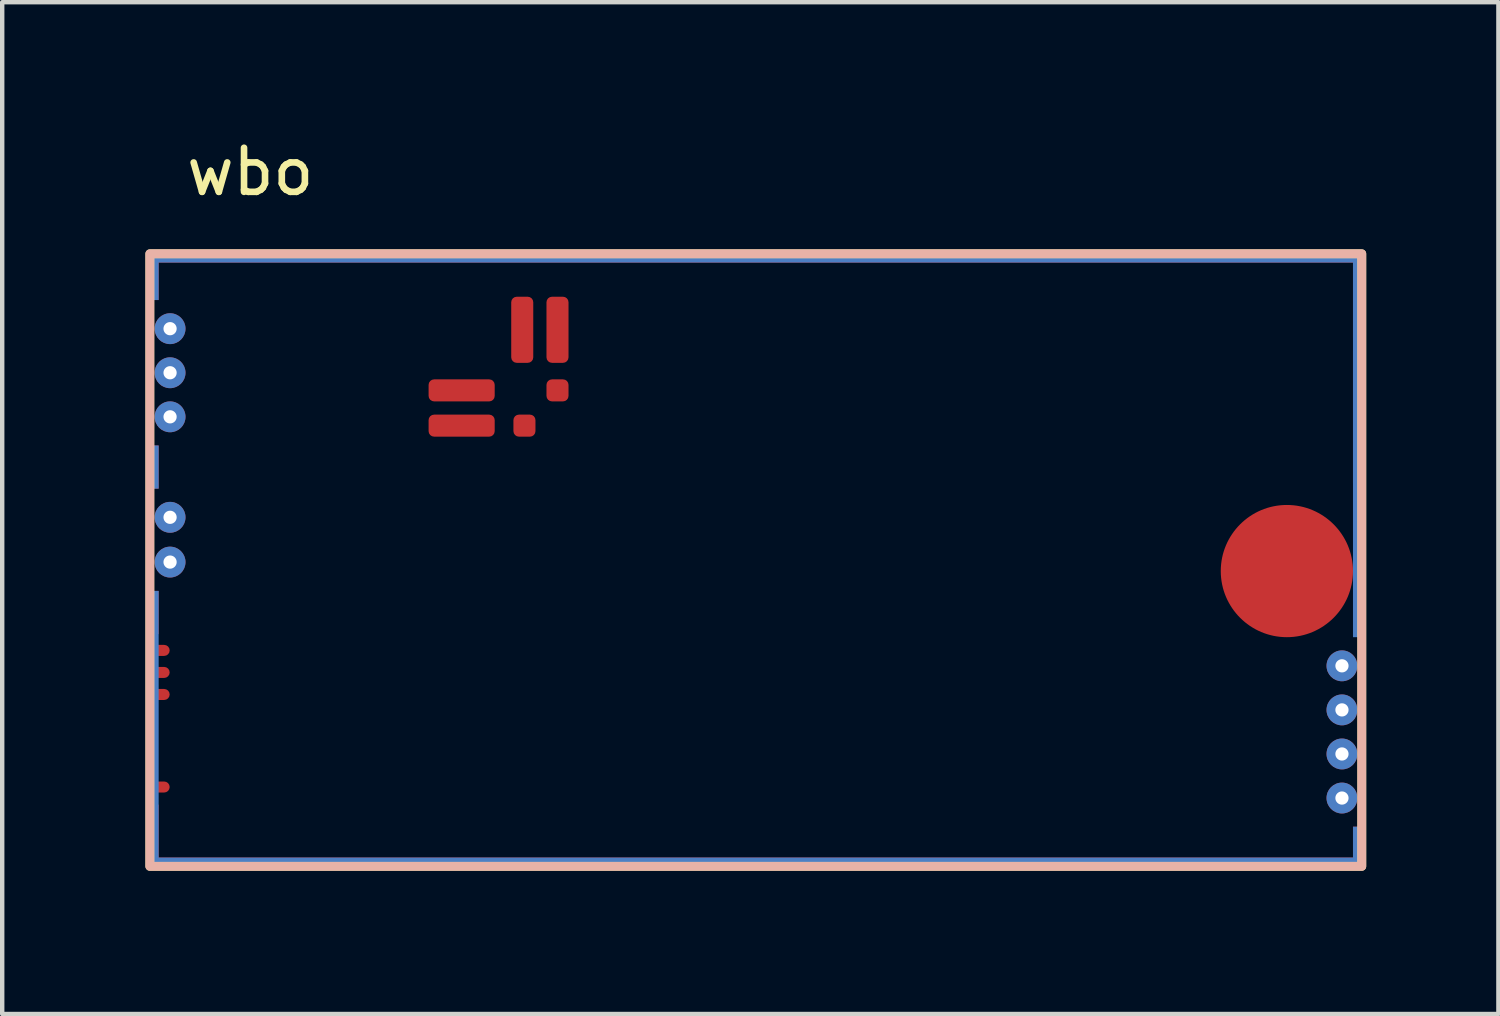
<source format=kicad_pcb>
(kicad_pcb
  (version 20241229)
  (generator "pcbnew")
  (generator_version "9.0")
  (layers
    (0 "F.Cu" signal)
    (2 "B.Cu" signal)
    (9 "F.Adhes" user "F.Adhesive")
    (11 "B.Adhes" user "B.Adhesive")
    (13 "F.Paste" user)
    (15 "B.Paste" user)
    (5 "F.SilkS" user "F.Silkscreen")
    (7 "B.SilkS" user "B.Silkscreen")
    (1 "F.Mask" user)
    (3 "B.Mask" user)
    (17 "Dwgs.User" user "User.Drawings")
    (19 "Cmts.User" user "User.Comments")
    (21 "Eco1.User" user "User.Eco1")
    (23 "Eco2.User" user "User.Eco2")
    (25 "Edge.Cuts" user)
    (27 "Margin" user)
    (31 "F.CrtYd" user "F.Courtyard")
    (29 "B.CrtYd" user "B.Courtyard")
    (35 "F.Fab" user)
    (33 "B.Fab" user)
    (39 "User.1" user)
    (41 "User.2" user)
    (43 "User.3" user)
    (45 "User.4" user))
  (footprint "wbo"
    (layer "F.Cu")
    (at 0.25 16.708)
    (property "Reference" "wbo" (at 2.38 -15.86 0) (unlocked yes) (layer "F.SilkS") (effects (font (size 1 1) (thickness 0.15))))
    (fp_rect (start 27.6 -14) (end 0.1 -0.1) (stroke (width 0.2) (type solid)) (fill no) (layer "F.SilkS"))
    (fp_rect (start 27.6 -14) (end 0.1 -0.1) (stroke (width 0.2) (type solid)) (fill no) (layer "B.SilkS"))
    (pad "E1" thru_hole circle (at 27.15 -1.65 90) (size 0.7 0.7) (drill 0.3) (layers "*.Cu"))
    (pad "E2" thru_hole circle (at 27.15 -4.65 90) (size 0.7 0.7) (drill 0.3) (layers "*.Cu"))
    (pad "E3" thru_hole circle (at 27.15 -3.65 90) (size 0.7 0.7) (drill 0.3) (layers "*.Cu"))
    (pad "E4" thru_hole circle (at 27.15 -2.65 90) (size 0.7 0.7) (drill 0.3) (layers "*.Cu"))
    (pad "E5" smd circle (at 25.9 -6.8) (size 3 3) (layers "F.Cu"))
    (pad "E6" smd rect (at 27.525 -10.3) (size 0.25 3) (layers "F.Cu"))
    (pad "G" smd rect (at 0.175 -13.5) (size 0.25 1.1) (layers "F.Cu"))
    (pad "G" smd rect (at 0.175 -13.5) (size 0.25 1.1) (layers "B.Cu"))
    (pad "G" smd rect (at 0.175 -13.5) (size 0.25 1.1) (layers "In1.Cu"))
    (pad "G" smd rect (at 0.175 -13.5) (size 0.25 1.1) (layers "In1.Cu"))
    (pad "G" smd rect (at 0.175 -13.5) (size 0.25 1.1) (layers "In2.Cu"))
    (pad "G" smd rect (at 0.175 -13.5) (size 0.25 1.1) (layers "In2.Cu"))
    (pad "G" smd rect (at 0.175 -9.16) (size 0.25 0.98) (layers "F.Cu"))
    (pad "G" smd rect (at 0.175 -9.16) (size 0.25 0.98) (layers "B.Cu"))
    (pad "G" smd rect (at 0.175 -9.16) (size 0.25 0.98) (layers "In1.Cu"))
    (pad "G" smd rect (at 0.175 -9.16) (size 0.25 0.98) (layers "In2.Cu"))
    (pad "G" smd rect (at 0.175 -5.86) (size 0.25 0.98) (layers "F.Cu"))
    (pad "G" smd rect (at 0.175 -3.2) (size 0.25 6.3) (layers "B.Cu"))
    (pad "G" smd rect (at 0.175 -3.2) (size 0.25 6.3) (layers "In1.Cu"))
    (pad "G" smd rect (at 0.175 -3.2) (size 0.25 6.3) (layers "In2.Cu"))
    (pad "G" smd rect (at 0.175 -0.775) (size 0.25 1.45) (layers "F.Cu"))
    (pad "G" smd rect (at 13.85 -13.925 90) (size 0.25 27.6) (layers "F.Cu"))
    (pad "G" smd rect (at 13.85 -13.925 90) (size 0.25 27.6) (layers "B.Cu"))
    (pad "G" smd rect (at 13.85 -13.925 90) (size 0.25 27.6) (layers "In1.Cu"))
    (pad "G" smd rect (at 13.85 -13.925 90) (size 0.25 27.6) (layers "In2.Cu"))
    (pad "G" smd rect (at 13.85 -0.175 90) (size 0.25 27.6) (layers "F.Cu"))
    (pad "G" smd rect (at 13.85 -0.175 90) (size 0.25 27.6) (layers "B.Cu"))
    (pad "G" smd rect (at 13.85 -0.175 90) (size 0.25 27.6) (layers "In1.Cu"))
    (pad "G" smd rect (at 13.85 -0.175 90) (size 0.25 27.6) (layers "In2.Cu"))
    (pad "G" smd rect (at 27.525 -13.075) (size 0.25 1.95) (layers "F.Cu"))
    (pad "G" smd rect (at 27.525 -9.675) (size 0.25 8.75) (layers "B.Cu"))
    (pad "G" smd rect (at 27.525 -9.675) (size 0.25 8.75) (layers "In1.Cu"))
    (pad "G" smd rect (at 27.525 -9.675) (size 0.25 8.75) (layers "In2.Cu"))
    (pad "G" smd rect (at 27.525 -0.525) (size 0.25 0.95) (layers "F.Cu"))
    (pad "G" smd rect (at 27.525 -0.525) (size 0.25 0.95) (layers "B.Cu"))
    (pad "G" smd rect (at 27.525 -0.525) (size 0.25 0.95) (layers "In1.Cu"))
    (pad "G" smd rect (at 27.525 -0.525) (size 0.25 0.95) (layers "In2.Cu"))
    (pad "J1" smd roundrect (at 9.35 -12.275 180) (size 0.5 1.5) (layers "F.Cu") (roundrect_rratio 0.25))
    (pad "J2" smd roundrect (at 7.175 -10.1 180) (size 1.5 0.5) (layers "F.Cu") (roundrect_rratio 0.25))
    (pad "J_GND1" smd roundrect (at 8.55 -12.275 180) (size 0.5 1.5) (layers "F.Cu") (roundrect_rratio 0.25))
    (pad "J_GND2" smd roundrect (at 8.6 -10.1 270) (size 0.5 0.5) (layers "F.Cu") (roundrect_rratio 0.25))
    (pad "J_VCC1" smd roundrect (at 9.35 -10.9 180) (size 0.5 0.5) (layers "F.Cu") (roundrect_rratio 0.25))
    (pad "J_VCC2" smd roundrect (at 7.175 -10.9 180) (size 1.5 0.5) (layers "F.Cu") (roundrect_rratio 0.25))
    (pad "W1" thru_hole circle (at 0.559 -11.3 90) (size 0.7 0.7) (drill 0.3) (layers "*.Cu"))
    (pad "W2" thru_hole circle (at 0.559 -10.3 90) (size 0.7 0.7) (drill 0.3) (layers "*.Cu"))
    (pad "W3" thru_hole circle (at 0.559 -7.004 90) (size 0.7 0.7) (drill 0.3) (layers "*.Cu"))
    (pad "W4" thru_hole circle (at 0.559 -8.02 90) (size 0.7 0.7) (drill 0.3) (layers "*.Cu"))
    (pad "W5" smd roundrect (at 0.3 -5) (size 0.5 0.25) (layers "F.Cu") (roundrect_rratio 0.5))
    (pad "W6" smd roundrect (at 0.3 -4.5) (size 0.5 0.25) (layers "F.Cu") (roundrect_rratio 0.5))
    (pad "W7" smd roundrect (at 0.3 -4) (size 0.5 0.25) (layers "F.Cu") (roundrect_rratio 0.5))
    (pad "W8" smd roundrect (at 0.3 -1.9) (size 0.5 0.25) (layers "F.Cu") (roundrect_rratio 0.5))
    (pad "W9" thru_hole circle (at 0.559 -12.3 90) (size 0.7 0.7) (drill 0.3) (layers "*.Cu"))
    (zone (net_name "") (layers "F.Cu" "B.Cu") (hatch edge 0.508) (connect_pads) (min_thickness 0.254) (filled_areas_thickness no) (keepout (tracks allowed) (vias allowed) (pads allowed) (copperpour not_allowed) (footprints allowed)) (placement (enabled no)) (fill) (polygon (pts (xy 27.75 16.533) (xy 0.425 16.508) (xy 0.425 2.808) (xy 27.75 2.808)))))
  (gr_rect
    (start -3 -3)
    (end 30.95 19.958)
    (stroke (width 0.1) (type default))
    (fill no)
    (layer "Edge.Cuts")))
</source>
